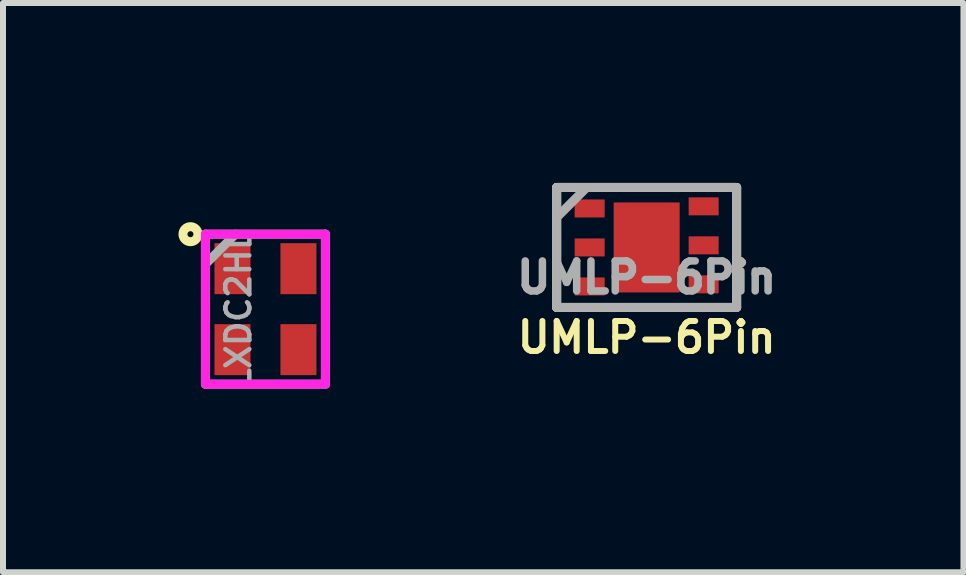
<source format=kicad_pcb>
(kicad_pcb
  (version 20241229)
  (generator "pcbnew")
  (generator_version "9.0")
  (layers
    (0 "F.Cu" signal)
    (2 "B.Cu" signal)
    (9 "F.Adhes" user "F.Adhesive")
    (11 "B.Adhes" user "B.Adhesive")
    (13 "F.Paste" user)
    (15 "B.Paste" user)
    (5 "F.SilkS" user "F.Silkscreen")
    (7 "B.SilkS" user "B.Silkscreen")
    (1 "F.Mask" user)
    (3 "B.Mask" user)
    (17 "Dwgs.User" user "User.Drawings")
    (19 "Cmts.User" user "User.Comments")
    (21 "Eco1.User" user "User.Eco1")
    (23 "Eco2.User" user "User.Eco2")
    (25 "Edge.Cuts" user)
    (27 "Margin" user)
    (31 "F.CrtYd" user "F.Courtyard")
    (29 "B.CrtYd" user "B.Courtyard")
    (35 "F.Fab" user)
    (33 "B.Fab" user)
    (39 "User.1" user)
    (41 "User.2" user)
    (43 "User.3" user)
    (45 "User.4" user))
  (footprint "LXDC2HL"
    (layer "F.Cu")
    (at 1.375 2.104)
    (property "Reference" "LXDC2HL" (at 0.85 -2.1 90) (layer "F.SilkS") (effects (font (size 0.001 0.001) (thickness 0.00025))))
    (attr smd)
    (fp_circle (center -1.25 -1.25) (end -1.25 -1.2) (stroke (width 0.15) (type solid)) (fill no) (layer "F.SilkS"))
    (fp_line (start -1 -1.25) (end -1 1.25) (stroke (width 0.15) (type solid)) (layer "F.CrtYd"))
    (fp_line (start -1 1.25) (end 1 1.25) (stroke (width 0.15) (type solid)) (layer "F.CrtYd"))
    (fp_line (start 1 -1.25) (end -1 -1.25) (stroke (width 0.15) (type solid)) (layer "F.CrtYd"))
    (fp_line (start 1 1.25) (end 1 -1.25) (stroke (width 0.15) (type solid)) (layer "F.CrtYd"))
    (fp_line (start -1 -1.25) (end -1 1.25) (stroke (width 0.15) (type solid)) (layer "F.Fab"))
    (fp_line (start -1 1.25) (end 1 1.25) (stroke (width 0.15) (type solid)) (layer "F.Fab"))
    (fp_line (start -1 -0.75) (end -0.5 -1.25) (stroke (width 0.15) (type solid)) (layer "F.Fab"))
    (fp_line (start 1 -1.25) (end -1 -1.25) (stroke (width 0.15) (type solid)) (layer "F.Fab"))
    (fp_line (start 1 1.25) (end 1 -1.25) (stroke (width 0.15) (type solid)) (layer "F.Fab"))
    (fp_text user "${REFERENCE}" (at -0.45 -0.000383 90) (layer "F.Fab") (effects (font (size 0.4 0.4) (thickness 0.075))))
    (pad "1" smd rect (at -0.55 -0.675 90) (size 0.85 0.6) (layers "F.Cu" "F.Mask" "F.Paste"))
    (pad "2" smd trapezoid (at -0.55 0.675 90) (size 0.85 0.6) (layers "F.Cu" "F.Mask" "F.Paste"))
    (pad "3" smd trapezoid (at 0.55 0.675 90) (size 0.85 0.6) (layers "F.Cu" "F.Mask" "F.Paste"))
    (pad "4" smd trapezoid (at 0.55 -0.675 90) (size 0.85 0.6) (layers "F.Cu" "F.Mask" "F.Paste")))
  (footprint "UMLP-6Pin"
    (layer "F.Cu")
    (at 7.73 1.075)
    (property "Reference" "UMLP-6Pin" (at 0 1.5 0) (layer "F.SilkS") (effects (font (size 0.5 0.5) (thickness 0.1))))
    (attr through_hole)
    (fp_line (start -1.5 1) (end -1.5 -1) (stroke (width 0.15) (type solid)) (layer "F.SilkS"))
    (fp_line (start 1.5 -1) (end -1.5 -1) (stroke (width 0.15) (type solid)) (layer "F.SilkS"))
    (fp_line (start 1.5 -1) (end 1.5 1) (stroke (width 0.15) (type solid)) (layer "F.SilkS"))
    (fp_line (start 1.5 1) (end -1.5 1) (stroke (width 0.15) (type solid)) (layer "F.SilkS"))
    (fp_line (start -1.5 -1) (end -1.5 1) (stroke (width 0.15) (type solid)) (layer "F.Fab"))
    (fp_line (start -1.5 -0.5) (end -1 -1) (stroke (width 0.15) (type solid)) (layer "F.Fab"))
    (fp_line (start -1.5 1) (end 1.5 1) (stroke (width 0.15) (type solid)) (layer "F.Fab"))
    (fp_line (start 1.5 -1) (end -1.5 -1) (stroke (width 0.15) (type solid)) (layer "F.Fab"))
    (fp_line (start 1.5 1) (end 1.5 -1) (stroke (width 0.15) (type solid)) (layer "F.Fab"))
    (fp_text user "${REFERENCE}" (at 0 0.5 0) (layer "F.Fab") (effects (font (size 0.5 0.5) (thickness 0.125))))
    (pad "1" smd rect (at -0.95 -0.65) (size 0.5 0.3) (layers "F.Cu" "F.Mask" "F.Paste"))
    (pad "2" smd rect (at -0.95 0) (size 0.5 0.3) (layers "F.Cu" "F.Mask" "F.Paste"))
    (pad "3" smd rect (at -0.95 0.65) (size 0.5 0.3) (layers "F.Cu" "F.Mask" "F.Paste"))
    (pad "4" smd rect (at 0.95 0.615) (size 0.5 0.3) (layers "F.Cu" "F.Mask" "F.Paste"))
    (pad "5" smd rect (at 0.95 -0.035) (size 0.5 0.3) (layers "F.Cu" "F.Mask" "F.Paste"))
    (pad "6" smd rect (at 0 0 90) (size 1.5 1.1) (layers "F.Cu" "F.Mask" "F.Paste"))
    (pad "6" smd rect (at 0.95 -0.685) (size 0.5 0.3) (layers "F.Cu" "F.Mask" "F.Paste")))
  (gr_rect
    (start -3 -3)
    (end 13.011 6.49)
    (stroke (width 0.1) (type default))
    (fill no)
    (layer "Edge.Cuts")))
</source>
